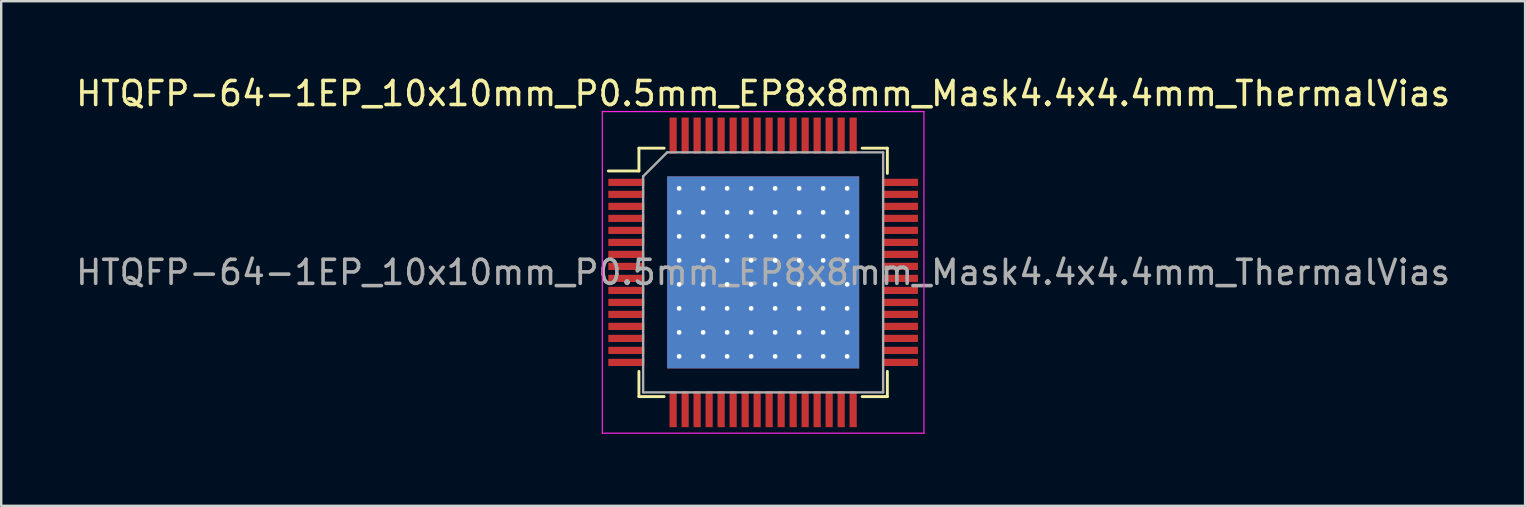
<source format=kicad_pcb>
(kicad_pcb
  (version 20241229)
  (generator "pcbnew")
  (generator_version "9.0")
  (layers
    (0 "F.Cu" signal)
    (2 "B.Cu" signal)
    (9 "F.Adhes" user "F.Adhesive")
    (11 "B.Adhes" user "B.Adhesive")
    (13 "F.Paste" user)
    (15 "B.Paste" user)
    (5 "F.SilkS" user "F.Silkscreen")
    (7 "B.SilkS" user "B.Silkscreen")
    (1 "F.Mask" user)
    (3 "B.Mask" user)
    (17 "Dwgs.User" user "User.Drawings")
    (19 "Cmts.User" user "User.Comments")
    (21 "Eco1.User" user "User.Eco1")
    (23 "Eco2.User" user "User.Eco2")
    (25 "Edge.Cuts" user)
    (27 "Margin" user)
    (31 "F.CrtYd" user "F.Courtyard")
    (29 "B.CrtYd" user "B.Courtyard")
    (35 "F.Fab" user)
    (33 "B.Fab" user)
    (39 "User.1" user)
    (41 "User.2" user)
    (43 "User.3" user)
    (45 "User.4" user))
  (footprint "HTQFP-64-1EP_10x10mm_P0.5mm_EP8x8mm_Mask4.4x4.4mm_ThermalVias"
    (layer "F.Cu")
    (at 28.744 8.298)
    (property "Reference" "HTQFP-64-1EP_10x10mm_P0.5mm_EP8x8mm_Mask4.4x4.4mm_ThermalVias" (at 0 -7.45 0) (layer "F.SilkS") (effects (font (size 1 1) (thickness 0.15))))
    (attr smd)
    (fp_line (start -5.175 -5.175) (end -5.175 -4.225) (stroke (width 0.12) (type solid)) (layer "F.SilkS"))
    (fp_line (start -5.175 -5.175) (end -4.125 -5.175) (stroke (width 0.12) (type solid)) (layer "F.SilkS"))
    (fp_line (start -5.175 -4.225) (end -6.45 -4.225) (stroke (width 0.12) (type solid)) (layer "F.SilkS"))
    (fp_line (start -5.175 5.175) (end -5.175 4.125) (stroke (width 0.12) (type solid)) (layer "F.SilkS"))
    (fp_line (start -5.175 5.175) (end -4.125 5.175) (stroke (width 0.12) (type solid)) (layer "F.SilkS"))
    (fp_line (start 5.175 -5.175) (end 4.125 -5.175) (stroke (width 0.12) (type solid)) (layer "F.SilkS"))
    (fp_line (start 5.175 -5.175) (end 5.175 -4.125) (stroke (width 0.12) (type solid)) (layer "F.SilkS"))
    (fp_line (start 5.175 5.175) (end 4.125 5.175) (stroke (width 0.12) (type solid)) (layer "F.SilkS"))
    (fp_line (start 5.175 5.175) (end 5.175 4.125) (stroke (width 0.12) (type solid)) (layer "F.SilkS"))
    (fp_line (start -6.7 -6.7) (end -6.7 6.7) (stroke (width 0.05) (type solid)) (layer "F.CrtYd"))
    (fp_line (start -6.7 -6.7) (end 6.7 -6.7) (stroke (width 0.05) (type solid)) (layer "F.CrtYd"))
    (fp_line (start -6.7 6.7) (end 6.7 6.7) (stroke (width 0.05) (type solid)) (layer "F.CrtYd"))
    (fp_line (start 6.7 -6.7) (end 6.7 6.7) (stroke (width 0.05) (type solid)) (layer "F.CrtYd"))
    (fp_line (start -5 -4) (end -4 -5) (stroke (width 0.1) (type solid)) (layer "F.Fab"))
    (fp_line (start -5 5) (end -5 -4) (stroke (width 0.1) (type solid)) (layer "F.Fab"))
    (fp_line (start -4 -5) (end 5 -5) (stroke (width 0.1) (type solid)) (layer "F.Fab"))
    (fp_line (start 5 -5) (end 5 5) (stroke (width 0.1) (type solid)) (layer "F.Fab"))
    (fp_line (start 5 5) (end -5 5) (stroke (width 0.1) (type solid)) (layer "F.Fab"))
    (fp_text user "${REFERENCE}" (at 0 0 0) (layer "F.Fab") (effects (font (size 1 1) (thickness 0.15))))
    (pad "" smd rect (at -1.1 -1.1 180) (size 1.75 1.75) (layers "F.Paste"))
    (pad "" smd rect (at -1.1 1.1 180) (size 1.75 1.75) (layers "F.Paste"))
    (pad "" smd rect (at 0 0 180) (size 4.4 4.4) (layers "F.Paste"))
    (pad "" smd rect (at 1.1 -1.1 180) (size 1.75 1.75) (layers "F.Paste"))
    (pad "" smd rect (at 1.1 1.1 180) (size 1.75 1.75) (layers "F.Paste"))
    (pad "1" smd rect (at -5.7 -3.75) (size 1.5 0.3) (layers "F.Cu" "F.Mask" "F.Paste"))
    (pad "2" smd rect (at -5.7 -3.25) (size 1.5 0.3) (layers "F.Cu" "F.Mask" "F.Paste"))
    (pad "3" smd rect (at -5.7 -2.75) (size 1.5 0.3) (layers "F.Cu" "F.Mask" "F.Paste"))
    (pad "4" smd rect (at -5.7 -2.25) (size 1.5 0.3) (layers "F.Cu" "F.Mask" "F.Paste"))
    (pad "5" smd rect (at -5.7 -1.75) (size 1.5 0.3) (layers "F.Cu" "F.Mask" "F.Paste"))
    (pad "6" smd rect (at -5.7 -1.25) (size 1.5 0.3) (layers "F.Cu" "F.Mask" "F.Paste"))
    (pad "7" smd rect (at -5.7 -0.75) (size 1.5 0.3) (layers "F.Cu" "F.Mask" "F.Paste"))
    (pad "8" smd rect (at -5.7 -0.25) (size 1.5 0.3) (layers "F.Cu" "F.Mask" "F.Paste"))
    (pad "9" smd rect (at -5.7 0.25) (size 1.5 0.3) (layers "F.Cu" "F.Mask" "F.Paste"))
    (pad "10" smd rect (at -5.7 0.75) (size 1.5 0.3) (layers "F.Cu" "F.Mask" "F.Paste"))
    (pad "11" smd rect (at -5.7 1.25) (size 1.5 0.3) (layers "F.Cu" "F.Mask" "F.Paste"))
    (pad "12" smd rect (at -5.7 1.75) (size 1.5 0.3) (layers "F.Cu" "F.Mask" "F.Paste"))
    (pad "13" smd rect (at -5.7 2.25) (size 1.5 0.3) (layers "F.Cu" "F.Mask" "F.Paste"))
    (pad "14" smd rect (at -5.7 2.75) (size 1.5 0.3) (layers "F.Cu" "F.Mask" "F.Paste"))
    (pad "15" smd rect (at -5.7 3.25) (size 1.5 0.3) (layers "F.Cu" "F.Mask" "F.Paste"))
    (pad "16" smd rect (at -5.7 3.75) (size 1.5 0.3) (layers "F.Cu" "F.Mask" "F.Paste"))
    (pad "17" smd rect (at -3.75 5.7 90) (size 1.5 0.3) (layers "F.Cu" "F.Mask" "F.Paste"))
    (pad "18" smd rect (at -3.25 5.7 90) (size 1.5 0.3) (layers "F.Cu" "F.Mask" "F.Paste"))
    (pad "19" smd rect (at -2.75 5.7 90) (size 1.5 0.3) (layers "F.Cu" "F.Mask" "F.Paste"))
    (pad "20" smd rect (at -2.25 5.7 90) (size 1.5 0.3) (layers "F.Cu" "F.Mask" "F.Paste"))
    (pad "21" smd rect (at -1.75 5.7 90) (size 1.5 0.3) (layers "F.Cu" "F.Mask" "F.Paste"))
    (pad "22" smd rect (at -1.25 5.7 90) (size 1.5 0.3) (layers "F.Cu" "F.Mask" "F.Paste"))
    (pad "23" smd rect (at -0.75 5.7 90) (size 1.5 0.3) (layers "F.Cu" "F.Mask" "F.Paste"))
    (pad "24" smd rect (at -0.25 5.7 90) (size 1.5 0.3) (layers "F.Cu" "F.Mask" "F.Paste"))
    (pad "25" smd rect (at 0.25 5.7 90) (size 1.5 0.3) (layers "F.Cu" "F.Mask" "F.Paste"))
    (pad "26" smd rect (at 0.75 5.7 90) (size 1.5 0.3) (layers "F.Cu" "F.Mask" "F.Paste"))
    (pad "27" smd rect (at 1.25 5.7 90) (size 1.5 0.3) (layers "F.Cu" "F.Mask" "F.Paste"))
    (pad "28" smd rect (at 1.75 5.7 90) (size 1.5 0.3) (layers "F.Cu" "F.Mask" "F.Paste"))
    (pad "29" smd rect (at 2.25 5.7 90) (size 1.5 0.3) (layers "F.Cu" "F.Mask" "F.Paste"))
    (pad "30" smd rect (at 2.75 5.7 90) (size 1.5 0.3) (layers "F.Cu" "F.Mask" "F.Paste"))
    (pad "31" smd rect (at 3.25 5.7 90) (size 1.5 0.3) (layers "F.Cu" "F.Mask" "F.Paste"))
    (pad "32" smd rect (at 3.75 5.7 90) (size 1.5 0.3) (layers "F.Cu" "F.Mask" "F.Paste"))
    (pad "33" smd rect (at 5.7 3.75) (size 1.5 0.3) (layers "F.Cu" "F.Mask" "F.Paste"))
    (pad "34" smd rect (at 5.7 3.25) (size 1.5 0.3) (layers "F.Cu" "F.Mask" "F.Paste"))
    (pad "35" smd rect (at 5.7 2.75) (size 1.5 0.3) (layers "F.Cu" "F.Mask" "F.Paste"))
    (pad "36" smd rect (at 5.7 2.25) (size 1.5 0.3) (layers "F.Cu" "F.Mask" "F.Paste"))
    (pad "37" smd rect (at 5.7 1.75) (size 1.5 0.3) (layers "F.Cu" "F.Mask" "F.Paste"))
    (pad "38" smd rect (at 5.7 1.25) (size 1.5 0.3) (layers "F.Cu" "F.Mask" "F.Paste"))
    (pad "39" smd rect (at 5.7 0.75) (size 1.5 0.3) (layers "F.Cu" "F.Mask" "F.Paste"))
    (pad "40" smd rect (at 5.7 0.25) (size 1.5 0.3) (layers "F.Cu" "F.Mask" "F.Paste"))
    (pad "41" smd rect (at 5.7 -0.25) (size 1.5 0.3) (layers "F.Cu" "F.Mask" "F.Paste"))
    (pad "42" smd rect (at 5.7 -0.75) (size 1.5 0.3) (layers "F.Cu" "F.Mask" "F.Paste"))
    (pad "43" smd rect (at 5.7 -1.25) (size 1.5 0.3) (layers "F.Cu" "F.Mask" "F.Paste"))
    (pad "44" smd rect (at 5.7 -1.75) (size 1.5 0.3) (layers "F.Cu" "F.Mask" "F.Paste"))
    (pad "45" smd rect (at 5.7 -2.25) (size 1.5 0.3) (layers "F.Cu" "F.Mask" "F.Paste"))
    (pad "46" smd rect (at 5.7 -2.75) (size 1.5 0.3) (layers "F.Cu" "F.Mask" "F.Paste"))
    (pad "47" smd rect (at 5.7 -3.25) (size 1.5 0.3) (layers "F.Cu" "F.Mask" "F.Paste"))
    (pad "48" smd rect (at 5.7 -3.75) (size 1.5 0.3) (layers "F.Cu" "F.Mask" "F.Paste"))
    (pad "49" smd rect (at 3.75 -5.7 90) (size 1.5 0.3) (layers "F.Cu" "F.Mask" "F.Paste"))
    (pad "50" smd rect (at 3.25 -5.7 90) (size 1.5 0.3) (layers "F.Cu" "F.Mask" "F.Paste"))
    (pad "51" smd rect (at 2.75 -5.7 90) (size 1.5 0.3) (layers "F.Cu" "F.Mask" "F.Paste"))
    (pad "52" smd rect (at 2.25 -5.7 90) (size 1.5 0.3) (layers "F.Cu" "F.Mask" "F.Paste"))
    (pad "53" smd rect (at 1.75 -5.7 90) (size 1.5 0.3) (layers "F.Cu" "F.Mask" "F.Paste"))
    (pad "54" smd rect (at 1.25 -5.7 90) (size 1.5 0.3) (layers "F.Cu" "F.Mask" "F.Paste"))
    (pad "55" smd rect (at 0.75 -5.7 90) (size 1.5 0.3) (layers "F.Cu" "F.Mask" "F.Paste"))
    (pad "56" smd rect (at 0.25 -5.7 90) (size 1.5 0.3) (layers "F.Cu" "F.Mask" "F.Paste"))
    (pad "57" smd rect (at -0.25 -5.7 90) (size 1.5 0.3) (layers "F.Cu" "F.Mask" "F.Paste"))
    (pad "58" smd rect (at -0.75 -5.7 90) (size 1.5 0.3) (layers "F.Cu" "F.Mask" "F.Paste"))
    (pad "59" smd rect (at -1.25 -5.7 90) (size 1.5 0.3) (layers "F.Cu" "F.Mask" "F.Paste"))
    (pad "60" smd rect (at -1.75 -5.7 90) (size 1.5 0.3) (layers "F.Cu" "F.Mask" "F.Paste"))
    (pad "61" smd rect (at -2.25 -5.7 90) (size 1.5 0.3) (layers "F.Cu" "F.Mask" "F.Paste"))
    (pad "62" smd rect (at -2.75 -5.7 90) (size 1.5 0.3) (layers "F.Cu" "F.Mask" "F.Paste"))
    (pad "63" smd rect (at -3.25 -5.7 90) (size 1.5 0.3) (layers "F.Cu" "F.Mask" "F.Paste"))
    (pad "64" smd rect (at -3.75 -5.7 90) (size 1.5 0.3) (layers "F.Cu" "F.Mask" "F.Paste"))
    (pad "65" thru_hole circle (at -3.5 -3.5 90) (size 0.5 0.5) (drill 0.2) (layers "*.Cu"))
    (pad "65" thru_hole circle (at -3.5 -2.5 90) (size 0.5 0.5) (drill 0.2) (layers "*.Cu"))
    (pad "65" thru_hole circle (at -3.5 -1.5 90) (size 0.5 0.5) (drill 0.2) (layers "*.Cu"))
    (pad "65" thru_hole circle (at -3.5 -0.5 90) (size 0.5 0.5) (drill 0.2) (layers "*.Cu"))
    (pad "65" thru_hole circle (at -3.5 0.5 90) (size 0.5 0.5) (drill 0.2) (layers "*.Cu"))
    (pad "65" thru_hole circle (at -3.5 1.5 90) (size 0.5 0.5) (drill 0.2) (layers "*.Cu"))
    (pad "65" thru_hole circle (at -3.5 2.5 90) (size 0.5 0.5) (drill 0.2) (layers "*.Cu"))
    (pad "65" thru_hole circle (at -3.5 3.5 90) (size 0.5 0.5) (drill 0.2) (layers "*.Cu"))
    (pad "65" thru_hole circle (at -2.5 -3.5 90) (size 0.5 0.5) (drill 0.2) (layers "*.Cu"))
    (pad "65" thru_hole circle (at -2.5 -2.5 90) (size 0.5 0.5) (drill 0.2) (layers "*.Cu"))
    (pad "65" thru_hole circle (at -2.5 -1.5 90) (size 0.5 0.5) (drill 0.2) (layers "*.Cu"))
    (pad "65" thru_hole circle (at -2.5 -0.5 90) (size 0.5 0.5) (drill 0.2) (layers "*.Cu"))
    (pad "65" thru_hole circle (at -2.5 0.5 90) (size 0.5 0.5) (drill 0.2) (layers "*.Cu"))
    (pad "65" thru_hole circle (at -2.5 1.5 90) (size 0.5 0.5) (drill 0.2) (layers "*.Cu"))
    (pad "65" thru_hole circle (at -2.5 2.5 90) (size 0.5 0.5) (drill 0.2) (layers "*.Cu"))
    (pad "65" thru_hole circle (at -2.5 3.5 90) (size 0.5 0.5) (drill 0.2) (layers "*.Cu"))
    (pad "65" thru_hole circle (at -1.5 -3.5 90) (size 0.5 0.5) (drill 0.2) (layers "*.Cu"))
    (pad "65" thru_hole circle (at -1.5 -2.5 90) (size 0.5 0.5) (drill 0.2) (layers "*.Cu"))
    (pad "65" thru_hole circle (at -1.5 -1.5 90) (size 0.5 0.5) (drill 0.2) (layers "*.Cu"))
    (pad "65" thru_hole circle (at -1.5 -0.5 90) (size 0.5 0.5) (drill 0.2) (layers "*.Cu"))
    (pad "65" thru_hole circle (at -1.5 0.5 90) (size 0.5 0.5) (drill 0.2) (layers "*.Cu"))
    (pad "65" thru_hole circle (at -1.5 1.5 90) (size 0.5 0.5) (drill 0.2) (layers "*.Cu"))
    (pad "65" thru_hole circle (at -1.5 2.5 90) (size 0.5 0.5) (drill 0.2) (layers "*.Cu"))
    (pad "65" thru_hole circle (at -1.5 3.5 90) (size 0.5 0.5) (drill 0.2) (layers "*.Cu"))
    (pad "65" thru_hole circle (at -0.5 -3.5 90) (size 0.5 0.5) (drill 0.2) (layers "*.Cu"))
    (pad "65" thru_hole circle (at -0.5 -2.5 90) (size 0.5 0.5) (drill 0.2) (layers "*.Cu"))
    (pad "65" thru_hole circle (at -0.5 -1.5 90) (size 0.5 0.5) (drill 0.2) (layers "*.Cu"))
    (pad "65" thru_hole circle (at -0.5 -0.5 90) (size 0.5 0.5) (drill 0.2) (layers "*.Cu"))
    (pad "65" thru_hole circle (at -0.5 0.5 90) (size 0.5 0.5) (drill 0.2) (layers "*.Cu"))
    (pad "65" thru_hole circle (at -0.5 1.5 90) (size 0.5 0.5) (drill 0.2) (layers "*.Cu"))
    (pad "65" thru_hole circle (at -0.5 2.5 90) (size 0.5 0.5) (drill 0.2) (layers "*.Cu"))
    (pad "65" thru_hole circle (at -0.5 3.5 90) (size 0.5 0.5) (drill 0.2) (layers "*.Cu"))
    (pad "65" smd rect (at 0 0 180) (size 8 8) (layers "F.Cu"))
    (pad "65" smd rect (at 0 0 180) (size 8 8) (layers "B.Cu"))
    (pad "65" thru_hole circle (at 0.5 -3.5 90) (size 0.5 0.5) (drill 0.2) (layers "*.Cu"))
    (pad "65" thru_hole circle (at 0.5 -2.5 90) (size 0.5 0.5) (drill 0.2) (layers "*.Cu"))
    (pad "65" thru_hole circle (at 0.5 -1.5 90) (size 0.5 0.5) (drill 0.2) (layers "*.Cu"))
    (pad "65" thru_hole circle (at 0.5 -0.5 90) (size 0.5 0.5) (drill 0.2) (layers "*.Cu"))
    (pad "65" thru_hole circle (at 0.5 0.5 90) (size 0.5 0.5) (drill 0.2) (layers "*.Cu"))
    (pad "65" thru_hole circle (at 0.5 1.5 90) (size 0.5 0.5) (drill 0.2) (layers "*.Cu"))
    (pad "65" thru_hole circle (at 0.5 2.5 90) (size 0.5 0.5) (drill 0.2) (layers "*.Cu"))
    (pad "65" thru_hole circle (at 0.5 3.5 90) (size 0.5 0.5) (drill 0.2) (layers "*.Cu"))
    (pad "65" thru_hole circle (at 1.5 -3.5 90) (size 0.5 0.5) (drill 0.2) (layers "*.Cu"))
    (pad "65" thru_hole circle (at 1.5 -2.5 90) (size 0.5 0.5) (drill 0.2) (layers "*.Cu"))
    (pad "65" thru_hole circle (at 1.5 -1.5 90) (size 0.5 0.5) (drill 0.2) (layers "*.Cu"))
    (pad "65" thru_hole circle (at 1.5 -0.5 90) (size 0.5 0.5) (drill 0.2) (layers "*.Cu"))
    (pad "65" thru_hole circle (at 1.5 0.5 90) (size 0.5 0.5) (drill 0.2) (layers "*.Cu"))
    (pad "65" thru_hole circle (at 1.5 1.5 90) (size 0.5 0.5) (drill 0.2) (layers "*.Cu"))
    (pad "65" thru_hole circle (at 1.5 2.5 90) (size 0.5 0.5) (drill 0.2) (layers "*.Cu"))
    (pad "65" thru_hole circle (at 1.5 3.5 90) (size 0.5 0.5) (drill 0.2) (layers "*.Cu"))
    (pad "65" thru_hole circle (at 2.5 -3.5 90) (size 0.5 0.5) (drill 0.2) (layers "*.Cu"))
    (pad "65" thru_hole circle (at 2.5 -2.5 90) (size 0.5 0.5) (drill 0.2) (layers "*.Cu"))
    (pad "65" thru_hole circle (at 2.5 -1.5 90) (size 0.5 0.5) (drill 0.2) (layers "*.Cu"))
    (pad "65" thru_hole circle (at 2.5 -0.5 90) (size 0.5 0.5) (drill 0.2) (layers "*.Cu"))
    (pad "65" thru_hole circle (at 2.5 0.5 90) (size 0.5 0.5) (drill 0.2) (layers "*.Cu"))
    (pad "65" thru_hole circle (at 2.5 1.5 90) (size 0.5 0.5) (drill 0.2) (layers "*.Cu"))
    (pad "65" thru_hole circle (at 2.5 2.5 90) (size 0.5 0.5) (drill 0.2) (layers "*.Cu"))
    (pad "65" thru_hole circle (at 2.5 3.5 90) (size 0.5 0.5) (drill 0.2) (layers "*.Cu"))
    (pad "65" thru_hole circle (at 3.5 -3.5 90) (size 0.5 0.5) (drill 0.2) (layers "*.Cu"))
    (pad "65" thru_hole circle (at 3.5 -2.5 90) (size 0.5 0.5) (drill 0.2) (layers "*.Cu"))
    (pad "65" thru_hole circle (at 3.5 -1.5 90) (size 0.5 0.5) (drill 0.2) (layers "*.Cu"))
    (pad "65" thru_hole circle (at 3.5 -0.5 90) (size 0.5 0.5) (drill 0.2) (layers "*.Cu"))
    (pad "65" thru_hole circle (at 3.5 0.5 90) (size 0.5 0.5) (drill 0.2) (layers "*.Cu"))
    (pad "65" thru_hole circle (at 3.5 1.5 90) (size 0.5 0.5) (drill 0.2) (layers "*.Cu"))
    (pad "65" thru_hole circle (at 3.5 2.5 90) (size 0.5 0.5) (drill 0.2) (layers "*.Cu"))
    (pad "65" thru_hole circle (at 3.5 3.5 90) (size 0.5 0.5) (drill 0.2) (layers "*.Cu")))
  (gr_rect
    (start -3 -3)
    (end 60.488 18.023)
    (stroke (width 0.1) (type default))
    (fill no)
    (layer "Edge.Cuts")))
</source>
